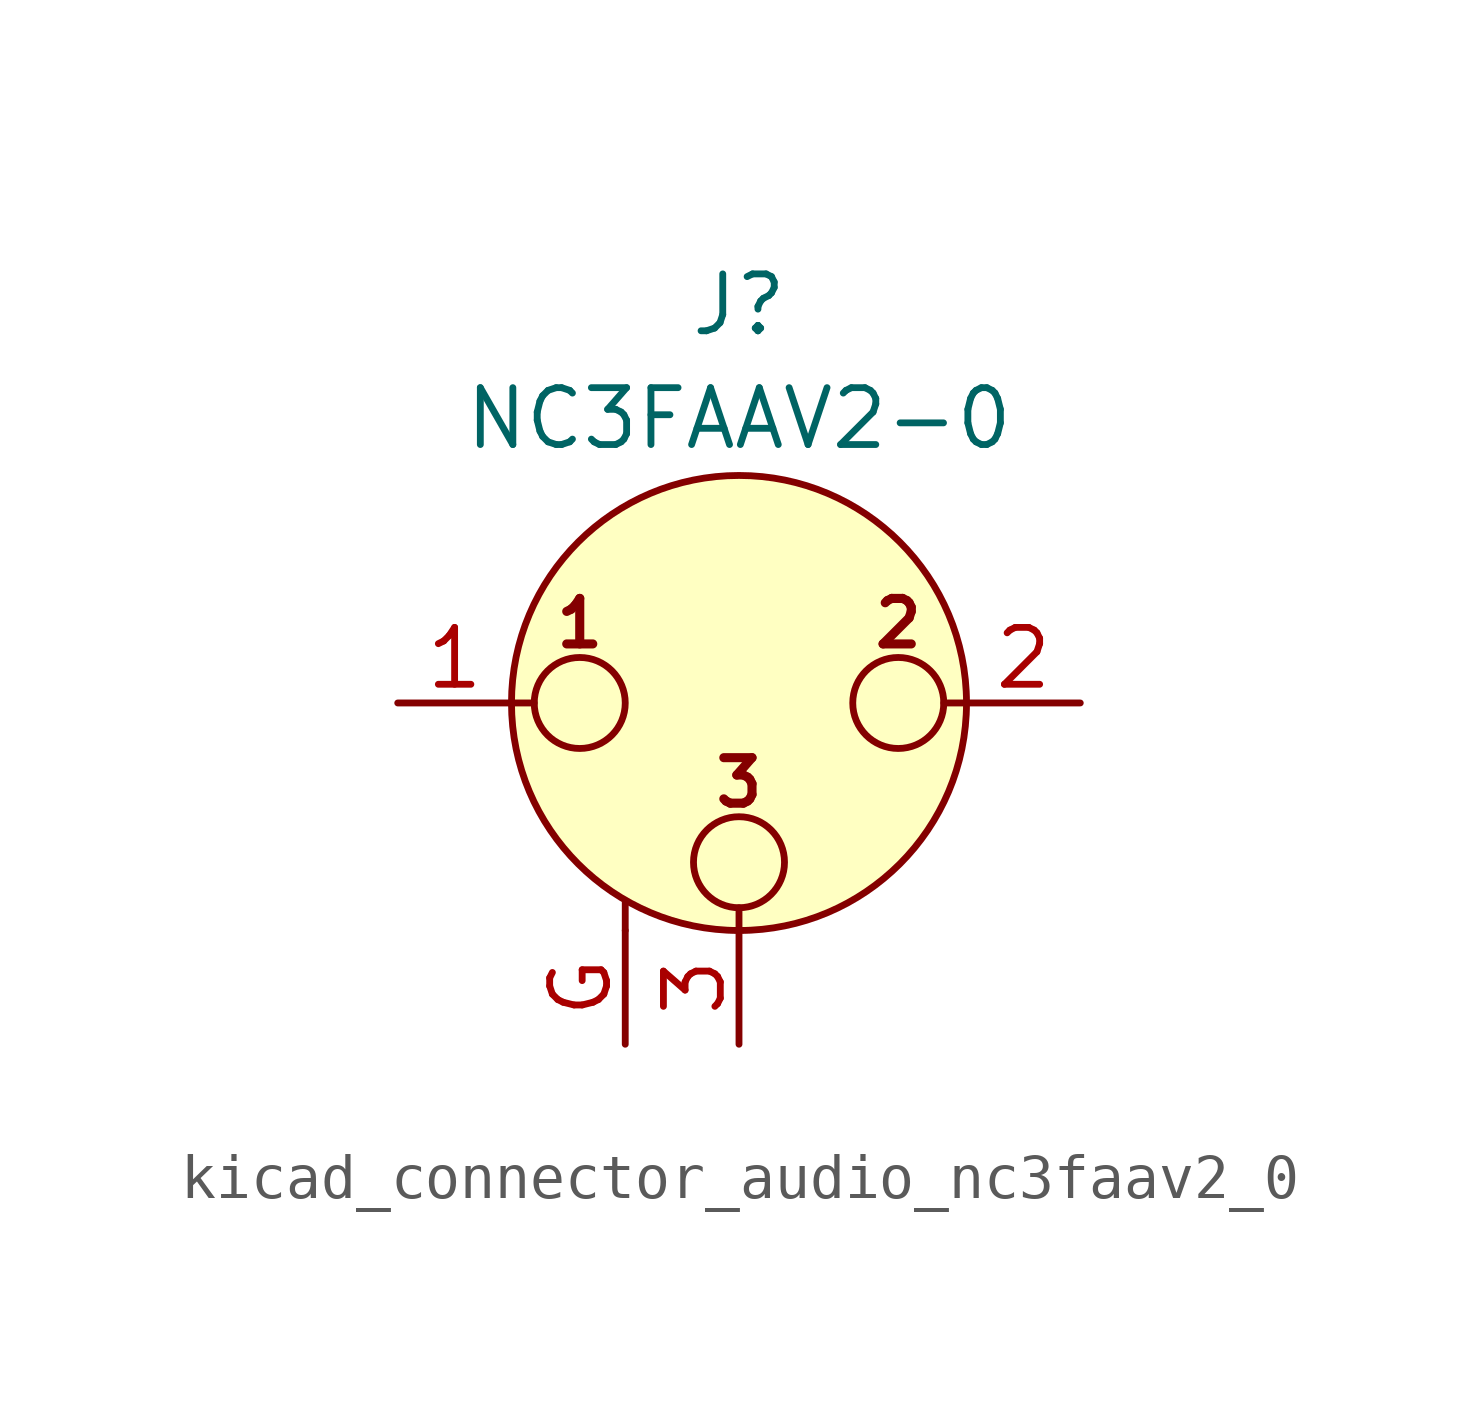
<source format=kicad_sym>
(kicad_symbol_lib
  (version 20220914)
  (generator kicad_symbol_editor)
  (symbol "kicad_connector_audio_nc3faav2_0"
    (pin_names hide)
    (property "Reference" "J"
      (at 0 8.89 0)
      (effects (font (size 1.27 1.27))))
    (property "Value" "NC3FAAV2-0"
      (at 0 6.35 0)
      (effects (font (size 1.27 1.27))))
    (symbol "kicad_connector_audio_nc3faav2_0_0_1"
      (circle (center -3.556 0) (radius 1.016) (stroke (width 0) (type default)) (fill (type none)))
      (circle (center 0 -3.556) (radius 1.016) (stroke (width 0) (type default)) (fill (type none)))
      (polyline (pts (xy -5.08 0) (xy -4.572 0)) (stroke (width 0) (type default)) (fill (type none)))
      (polyline (pts (xy -2.54 -5.08) (xy -2.54 -4.445)) (stroke (width 0) (type default)) (fill (type none)))
      (polyline (pts (xy 0 -5.08) (xy 0 -4.572)) (stroke (width 0) (type default)) (fill (type none)))
      (polyline (pts (xy 5.08 0) (xy 4.572 0)) (stroke (width 0) (type default)) (fill (type none)))
      (circle (center 0 0) (radius 5.08) (stroke (width 0) (type default)) (fill (type background)))
      (circle (center 3.556 0) (radius 1.016) (stroke (width 0) (type default)) (fill (type none)))
      (text "1" (at -3.556 1.778 0) (effects (font (size 1.016 1.016) bold)))
      (text "2" (at 3.556 1.778 0) (effects (font (size 1.016 1.016) bold)))
      (text "3" (at 0 -1.778 0) (effects (font (size 1.016 1.016) bold)))
      (pin passive line (at -7.62 0 0) (length 2.54) (name "~" (effects (font (size 1.27 1.27)))) (number "1" (effects (font (size 1.27 1.27)))))
      (pin passive line (at 7.62 0 180) (length 2.54) (name "~" (effects (font (size 1.27 1.27)))) (number "2" (effects (font (size 1.27 1.27)))))
      (pin passive line (at 0 -7.62 90) (length 2.54) (name "~" (effects (font (size 1.27 1.27)))) (number "3" (effects (font (size 1.27 1.27))))))
    (symbol "kicad_connector_audio_nc3faav2_0_1_1"
      (pin passive line (at -2.54 -7.62 90) (length 2.54) (name "~" (effects (font (size 1.27 1.27)))) (number "G" (effects (font (size 1.27 1.27))))))))
</source>
